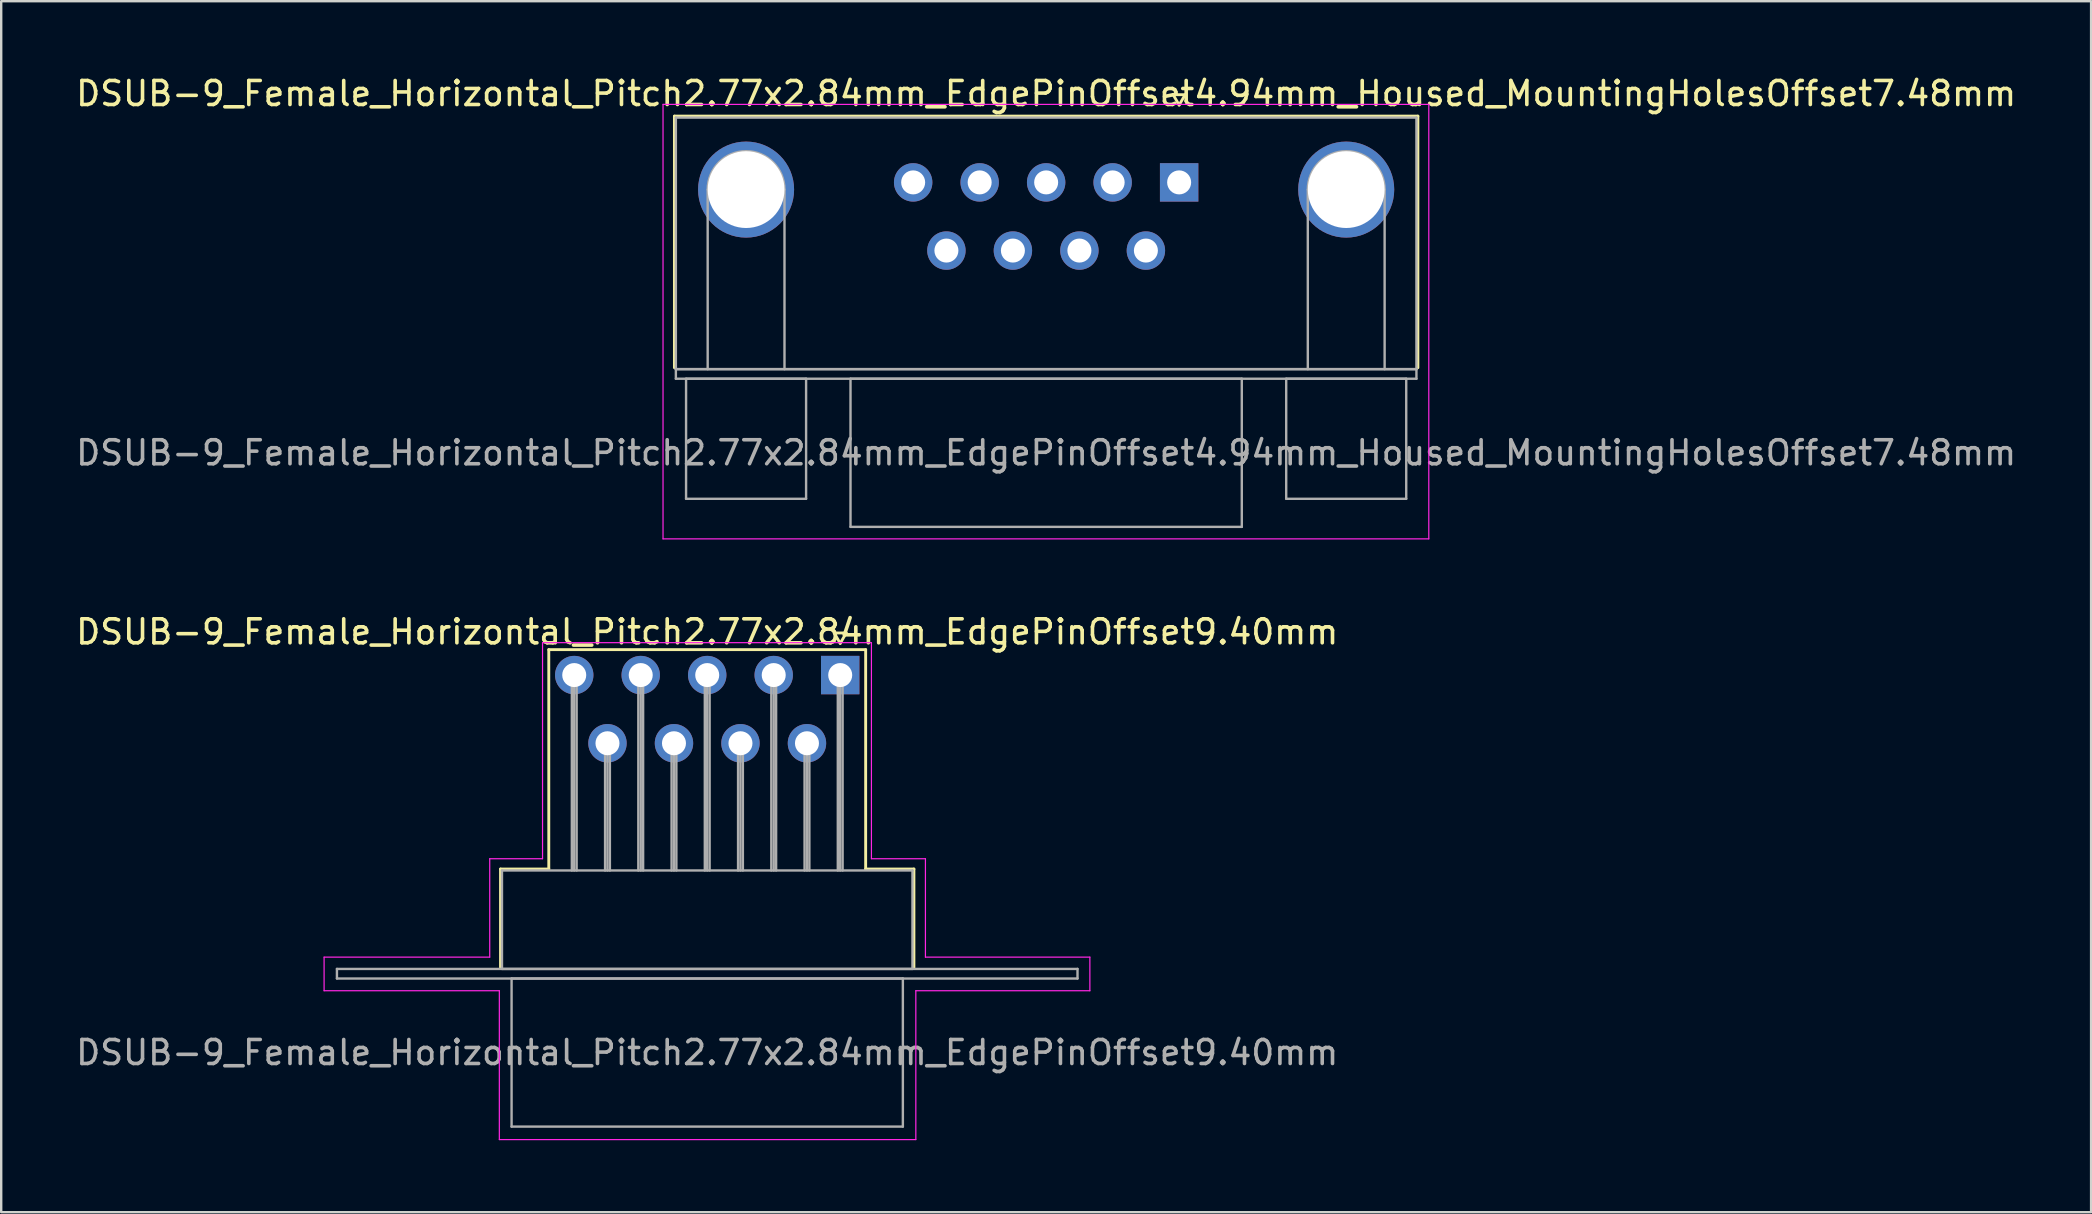
<source format=kicad_pcb>
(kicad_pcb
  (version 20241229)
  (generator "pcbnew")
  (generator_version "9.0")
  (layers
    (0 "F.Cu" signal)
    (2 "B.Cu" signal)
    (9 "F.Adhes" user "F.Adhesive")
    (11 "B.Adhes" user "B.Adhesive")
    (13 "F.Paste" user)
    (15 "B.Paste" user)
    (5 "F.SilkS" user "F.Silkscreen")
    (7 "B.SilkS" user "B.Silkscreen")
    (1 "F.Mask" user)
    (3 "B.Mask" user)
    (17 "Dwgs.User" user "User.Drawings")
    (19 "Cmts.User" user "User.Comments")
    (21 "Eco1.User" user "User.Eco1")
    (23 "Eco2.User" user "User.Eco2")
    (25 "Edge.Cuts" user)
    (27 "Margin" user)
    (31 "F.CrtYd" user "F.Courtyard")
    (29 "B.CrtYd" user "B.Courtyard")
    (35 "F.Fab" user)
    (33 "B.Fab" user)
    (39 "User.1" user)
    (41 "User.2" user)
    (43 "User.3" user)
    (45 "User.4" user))
  (footprint "DSUB-9_Female_Horizontal_Pitch2.77x2.84mm_EdgePinOffset4.94mm_Housed_MountingHolesOffset7.48mm"
    (layer "F.Cu")
    (at 46.07 4.548)
    (property "Reference" "DSUB-9_Female_Horizontal_Pitch2.77x2.84mm_EdgePinOffset4.94mm_Housed_MountingHolesOffset7.48mm" (at -5.54 -3.7 0) (layer "F.SilkS") (effects (font (size 1 1) (thickness 0.15))))
    (attr through_hole)
    (fp_line (start -21.025 -2.76) (end 9.945 -2.76) (stroke (width 0.12) (type solid)) (layer "F.SilkS"))
    (fp_line (start -21.025 7.72) (end -21.025 -2.76) (stroke (width 0.12) (type solid)) (layer "F.SilkS"))
    (fp_line (start -0.25 -3.654) (end 0.25 -3.654) (stroke (width 0.12) (type solid)) (layer "F.SilkS"))
    (fp_line (start 0 -3.221) (end -0.25 -3.654) (stroke (width 0.12) (type solid)) (layer "F.SilkS"))
    (fp_line (start 0.25 -3.654) (end 0 -3.221) (stroke (width 0.12) (type solid)) (layer "F.SilkS"))
    (fp_line (start 9.945 -2.76) (end 9.945 7.72) (stroke (width 0.12) (type solid)) (layer "F.SilkS"))
    (fp_line (start -21.5 -3.25) (end -21.5 14.85) (stroke (width 0.05) (type solid)) (layer "F.CrtYd"))
    (fp_line (start -21.5 14.85) (end 10.4 14.85) (stroke (width 0.05) (type solid)) (layer "F.CrtYd"))
    (fp_line (start 10.4 -3.25) (end -21.5 -3.25) (stroke (width 0.05) (type solid)) (layer "F.CrtYd"))
    (fp_line (start 10.4 14.85) (end 10.4 -3.25) (stroke (width 0.05) (type solid)) (layer "F.CrtYd"))
    (fp_line (start -20.965 -2.7) (end -20.965 7.78) (stroke (width 0.1) (type solid)) (layer "F.Fab"))
    (fp_line (start -20.965 7.78) (end -20.965 8.18) (stroke (width 0.1) (type solid)) (layer "F.Fab"))
    (fp_line (start -20.965 7.78) (end 9.885 7.78) (stroke (width 0.1) (type solid)) (layer "F.Fab"))
    (fp_line (start -20.965 8.18) (end 9.885 8.18) (stroke (width 0.1) (type solid)) (layer "F.Fab"))
    (fp_line (start -20.54 8.18) (end -20.54 13.18) (stroke (width 0.1) (type solid)) (layer "F.Fab"))
    (fp_line (start -20.54 13.18) (end -15.54 13.18) (stroke (width 0.1) (type solid)) (layer "F.Fab"))
    (fp_line (start -19.64 7.78) (end -19.64 0.3) (stroke (width 0.1) (type solid)) (layer "F.Fab"))
    (fp_line (start -16.44 7.78) (end -16.44 0.3) (stroke (width 0.1) (type solid)) (layer "F.Fab"))
    (fp_line (start -15.54 8.18) (end -20.54 8.18) (stroke (width 0.1) (type solid)) (layer "F.Fab"))
    (fp_line (start -15.54 13.18) (end -15.54 8.18) (stroke (width 0.1) (type solid)) (layer "F.Fab"))
    (fp_line (start -13.69 8.18) (end -13.69 14.35) (stroke (width 0.1) (type solid)) (layer "F.Fab"))
    (fp_line (start -13.69 14.35) (end 2.61 14.35) (stroke (width 0.1) (type solid)) (layer "F.Fab"))
    (fp_line (start 2.61 8.18) (end -13.69 8.18) (stroke (width 0.1) (type solid)) (layer "F.Fab"))
    (fp_line (start 2.61 14.35) (end 2.61 8.18) (stroke (width 0.1) (type solid)) (layer "F.Fab"))
    (fp_line (start 4.46 8.18) (end 4.46 13.18) (stroke (width 0.1) (type solid)) (layer "F.Fab"))
    (fp_line (start 4.46 13.18) (end 9.46 13.18) (stroke (width 0.1) (type solid)) (layer "F.Fab"))
    (fp_line (start 5.36 7.78) (end 5.36 0.3) (stroke (width 0.1) (type solid)) (layer "F.Fab"))
    (fp_line (start 8.56 7.78) (end 8.56 0.3) (stroke (width 0.1) (type solid)) (layer "F.Fab"))
    (fp_line (start 9.46 8.18) (end 4.46 8.18) (stroke (width 0.1) (type solid)) (layer "F.Fab"))
    (fp_line (start 9.46 13.18) (end 9.46 8.18) (stroke (width 0.1) (type solid)) (layer "F.Fab"))
    (fp_line (start 9.885 -2.7) (end -20.965 -2.7) (stroke (width 0.1) (type solid)) (layer "F.Fab"))
    (fp_line (start 9.885 7.78) (end -20.965 7.78) (stroke (width 0.1) (type solid)) (layer "F.Fab"))
    (fp_line (start 9.885 7.78) (end 9.885 -2.7) (stroke (width 0.1) (type solid)) (layer "F.Fab"))
    (fp_line (start 9.885 8.18) (end 9.885 7.78) (stroke (width 0.1) (type solid)) (layer "F.Fab"))
    (fp_arc (start -19.64 0.3) (mid -18.04 -1.3) (end -16.44 0.3) (stroke (width 0.1) (type solid)) (layer "F.Fab"))
    (fp_arc (start 5.36 0.3) (mid 6.96 -1.3) (end 8.56 0.3) (stroke (width 0.1) (type solid)) (layer "F.Fab"))
    (fp_text user "${REFERENCE}" (at -5.54 11.265 0) (layer "F.Fab") (effects (font (size 1 1) (thickness 0.15))))
    (pad "0" thru_hole circle (at -18.04 0.3) (size 4 4) (drill 3.2) (layers "*.Cu" "*.Mask"))
    (pad "0" thru_hole circle (at 6.96 0.3) (size 4 4) (drill 3.2) (layers "*.Cu" "*.Mask"))
    (pad "1" thru_hole rect (at 0 0) (size 1.6 1.6) (drill 1) (layers "*.Cu" "*.Mask"))
    (pad "2" thru_hole circle (at -2.77 0) (size 1.6 1.6) (drill 1) (layers "*.Cu" "*.Mask"))
    (pad "3" thru_hole circle (at -5.54 0) (size 1.6 1.6) (drill 1) (layers "*.Cu" "*.Mask"))
    (pad "4" thru_hole circle (at -8.31 0) (size 1.6 1.6) (drill 1) (layers "*.Cu" "*.Mask"))
    (pad "5" thru_hole circle (at -11.08 0) (size 1.6 1.6) (drill 1) (layers "*.Cu" "*.Mask"))
    (pad "6" thru_hole circle (at -1.385 2.84) (size 1.6 1.6) (drill 1) (layers "*.Cu" "*.Mask"))
    (pad "7" thru_hole circle (at -4.155 2.84) (size 1.6 1.6) (drill 1) (layers "*.Cu" "*.Mask"))
    (pad "8" thru_hole circle (at -6.925 2.84) (size 1.6 1.6) (drill 1) (layers "*.Cu" "*.Mask"))
    (pad "9" thru_hole circle (at -9.695 2.84) (size 1.6 1.6) (drill 1) (layers "*.Cu" "*.Mask")))
  (footprint "DSUB-9_Female_Horizontal_Pitch2.77x2.84mm_EdgePinOffset9.40mm"
    (layer "F.Cu")
    (at 31.951 25.072)
    (property "Reference" "DSUB-9_Female_Horizontal_Pitch2.77x2.84mm_EdgePinOffset9.40mm" (at -5.54 -1.8 0) (layer "F.SilkS") (effects (font (size 1 1) (thickness 0.15))))
    (attr through_hole)
    (fp_line (start -14.15 8.08) (end -12.14 8.08) (stroke (width 0.12) (type solid)) (layer "F.SilkS"))
    (fp_line (start -14.15 12.18) (end -14.15 8.08) (stroke (width 0.12) (type solid)) (layer "F.SilkS"))
    (fp_line (start -12.14 -1.06) (end 1.06 -1.06) (stroke (width 0.12) (type solid)) (layer "F.SilkS"))
    (fp_line (start -12.14 8.08) (end -12.14 -1.06) (stroke (width 0.12) (type solid)) (layer "F.SilkS"))
    (fp_line (start -0.25 -1.754) (end 0.25 -1.754) (stroke (width 0.12) (type solid)) (layer "F.SilkS"))
    (fp_line (start 0 -1.321) (end -0.25 -1.754) (stroke (width 0.12) (type solid)) (layer "F.SilkS"))
    (fp_line (start 0.25 -1.754) (end 0 -1.321) (stroke (width 0.12) (type solid)) (layer "F.SilkS"))
    (fp_line (start 1.06 -1.06) (end 1.06 8.08) (stroke (width 0.12) (type solid)) (layer "F.SilkS"))
    (fp_line (start 1.06 8.08) (end 3.07 8.08) (stroke (width 0.12) (type solid)) (layer "F.SilkS"))
    (fp_line (start 3.07 8.08) (end 3.07 12.18) (stroke (width 0.12) (type solid)) (layer "F.SilkS"))
    (fp_line (start -21.5 11.75) (end -14.6 11.75) (stroke (width 0.05) (type solid)) (layer "F.CrtYd"))
    (fp_line (start -21.5 13.15) (end -21.5 11.75) (stroke (width 0.05) (type solid)) (layer "F.CrtYd"))
    (fp_line (start -14.6 7.65) (end -12.4 7.65) (stroke (width 0.05) (type solid)) (layer "F.CrtYd"))
    (fp_line (start -14.6 11.75) (end -14.6 7.65) (stroke (width 0.05) (type solid)) (layer "F.CrtYd"))
    (fp_line (start -14.2 13.15) (end -21.5 13.15) (stroke (width 0.05) (type solid)) (layer "F.CrtYd"))
    (fp_line (start -14.2 19.35) (end -14.2 13.15) (stroke (width 0.05) (type solid)) (layer "F.CrtYd"))
    (fp_line (start -12.4 -1.35) (end 1.3 -1.35) (stroke (width 0.05) (type solid)) (layer "F.CrtYd"))
    (fp_line (start -12.4 7.65) (end -12.4 -1.35) (stroke (width 0.05) (type solid)) (layer "F.CrtYd"))
    (fp_line (start 1.3 -1.35) (end 1.3 7.65) (stroke (width 0.05) (type solid)) (layer "F.CrtYd"))
    (fp_line (start 1.3 7.65) (end 3.55 7.65) (stroke (width 0.05) (type solid)) (layer "F.CrtYd"))
    (fp_line (start 3.15 13.15) (end 3.15 19.35) (stroke (width 0.05) (type solid)) (layer "F.CrtYd"))
    (fp_line (start 3.15 19.35) (end -14.2 19.35) (stroke (width 0.05) (type solid)) (layer "F.CrtYd"))
    (fp_line (start 3.55 7.65) (end 3.55 11.75) (stroke (width 0.05) (type solid)) (layer "F.CrtYd"))
    (fp_line (start 3.55 11.75) (end 10.4 11.75) (stroke (width 0.05) (type solid)) (layer "F.CrtYd"))
    (fp_line (start 10.4 11.75) (end 10.4 13.15) (stroke (width 0.05) (type solid)) (layer "F.CrtYd"))
    (fp_line (start 10.4 13.15) (end 3.15 13.15) (stroke (width 0.05) (type solid)) (layer "F.CrtYd"))
    (fp_line (start -20.965 12.24) (end -20.965 12.64) (stroke (width 0.1) (type solid)) (layer "F.Fab"))
    (fp_line (start -20.965 12.64) (end 9.885 12.64) (stroke (width 0.1) (type solid)) (layer "F.Fab"))
    (fp_line (start -14.09 8.14) (end -14.09 12.24) (stroke (width 0.1) (type solid)) (layer "F.Fab"))
    (fp_line (start -14.09 12.24) (end 3.01 12.24) (stroke (width 0.1) (type solid)) (layer "F.Fab"))
    (fp_line (start -13.69 12.64) (end -13.69 18.81) (stroke (width 0.1) (type solid)) (layer "F.Fab"))
    (fp_line (start -13.69 18.81) (end 2.61 18.81) (stroke (width 0.1) (type solid)) (layer "F.Fab"))
    (fp_line (start -11.18 0) (end -11.18 8.14) (stroke (width 0.1) (type solid)) (layer "F.Fab"))
    (fp_line (start -11.08 0) (end -11.08 8.14) (stroke (width 0.1) (type solid)) (layer "F.Fab"))
    (fp_line (start -10.98 0) (end -10.98 8.14) (stroke (width 0.1) (type solid)) (layer "F.Fab"))
    (fp_line (start -9.795 2.84) (end -9.795 8.14) (stroke (width 0.1) (type solid)) (layer "F.Fab"))
    (fp_line (start -9.695 2.84) (end -9.695 8.14) (stroke (width 0.1) (type solid)) (layer "F.Fab"))
    (fp_line (start -9.595 2.84) (end -9.595 8.14) (stroke (width 0.1) (type solid)) (layer "F.Fab"))
    (fp_line (start -8.41 0) (end -8.41 8.14) (stroke (width 0.1) (type solid)) (layer "F.Fab"))
    (fp_line (start -8.31 0) (end -8.31 8.14) (stroke (width 0.1) (type solid)) (layer "F.Fab"))
    (fp_line (start -8.21 0) (end -8.21 8.14) (stroke (width 0.1) (type solid)) (layer "F.Fab"))
    (fp_line (start -7.025 2.84) (end -7.025 8.14) (stroke (width 0.1) (type solid)) (layer "F.Fab"))
    (fp_line (start -6.925 2.84) (end -6.925 8.14) (stroke (width 0.1) (type solid)) (layer "F.Fab"))
    (fp_line (start -6.825 2.84) (end -6.825 8.14) (stroke (width 0.1) (type solid)) (layer "F.Fab"))
    (fp_line (start -5.64 0) (end -5.64 8.14) (stroke (width 0.1) (type solid)) (layer "F.Fab"))
    (fp_line (start -5.54 0) (end -5.54 8.14) (stroke (width 0.1) (type solid)) (layer "F.Fab"))
    (fp_line (start -5.44 0) (end -5.44 8.14) (stroke (width 0.1) (type solid)) (layer "F.Fab"))
    (fp_line (start -4.255 2.84) (end -4.255 8.14) (stroke (width 0.1) (type solid)) (layer "F.Fab"))
    (fp_line (start -4.155 2.84) (end -4.155 8.14) (stroke (width 0.1) (type solid)) (layer "F.Fab"))
    (fp_line (start -4.055 2.84) (end -4.055 8.14) (stroke (width 0.1) (type solid)) (layer "F.Fab"))
    (fp_line (start -2.87 0) (end -2.87 8.14) (stroke (width 0.1) (type solid)) (layer "F.Fab"))
    (fp_line (start -2.77 0) (end -2.77 8.14) (stroke (width 0.1) (type solid)) (layer "F.Fab"))
    (fp_line (start -2.67 0) (end -2.67 8.14) (stroke (width 0.1) (type solid)) (layer "F.Fab"))
    (fp_line (start -1.485 2.84) (end -1.485 8.14) (stroke (width 0.1) (type solid)) (layer "F.Fab"))
    (fp_line (start -1.385 2.84) (end -1.385 8.14) (stroke (width 0.1) (type solid)) (layer "F.Fab"))
    (fp_line (start -1.285 2.84) (end -1.285 8.14) (stroke (width 0.1) (type solid)) (layer "F.Fab"))
    (fp_line (start -0.1 0) (end -0.1 8.14) (stroke (width 0.1) (type solid)) (layer "F.Fab"))
    (fp_line (start 0 0) (end 0 8.14) (stroke (width 0.1) (type solid)) (layer "F.Fab"))
    (fp_line (start 0.1 0) (end 0.1 8.14) (stroke (width 0.1) (type solid)) (layer "F.Fab"))
    (fp_line (start 2.61 12.64) (end -13.69 12.64) (stroke (width 0.1) (type solid)) (layer "F.Fab"))
    (fp_line (start 2.61 18.81) (end 2.61 12.64) (stroke (width 0.1) (type solid)) (layer "F.Fab"))
    (fp_line (start 3.01 8.14) (end -14.09 8.14) (stroke (width 0.1) (type solid)) (layer "F.Fab"))
    (fp_line (start 3.01 12.24) (end 3.01 8.14) (stroke (width 0.1) (type solid)) (layer "F.Fab"))
    (fp_line (start 9.885 12.24) (end -20.965 12.24) (stroke (width 0.1) (type solid)) (layer "F.Fab"))
    (fp_line (start 9.885 12.64) (end 9.885 12.24) (stroke (width 0.1) (type solid)) (layer "F.Fab"))
    (fp_text user "${REFERENCE}" (at -5.54 15.725 0) (layer "F.Fab") (effects (font (size 1 1) (thickness 0.15))))
    (pad "1" thru_hole rect (at 0 0) (size 1.6 1.6) (drill 1) (layers "*.Cu" "*.Mask"))
    (pad "2" thru_hole circle (at -2.77 0) (size 1.6 1.6) (drill 1) (layers "*.Cu" "*.Mask"))
    (pad "3" thru_hole circle (at -5.54 0) (size 1.6 1.6) (drill 1) (layers "*.Cu" "*.Mask"))
    (pad "4" thru_hole circle (at -8.31 0) (size 1.6 1.6) (drill 1) (layers "*.Cu" "*.Mask"))
    (pad "5" thru_hole circle (at -11.08 0) (size 1.6 1.6) (drill 1) (layers "*.Cu" "*.Mask"))
    (pad "6" thru_hole circle (at -1.385 2.84) (size 1.6 1.6) (drill 1) (layers "*.Cu" "*.Mask"))
    (pad "7" thru_hole circle (at -4.155 2.84) (size 1.6 1.6) (drill 1) (layers "*.Cu" "*.Mask"))
    (pad "8" thru_hole circle (at -6.925 2.84) (size 1.6 1.6) (drill 1) (layers "*.Cu" "*.Mask"))
    (pad "9" thru_hole circle (at -9.695 2.84) (size 1.6 1.6) (drill 1) (layers "*.Cu" "*.Mask")))
  (gr_rect
    (start -3 -3)
    (end 84.06 47.447)
    (stroke (width 0.1) (type default))
    (fill no)
    (layer "Edge.Cuts")))
</source>
